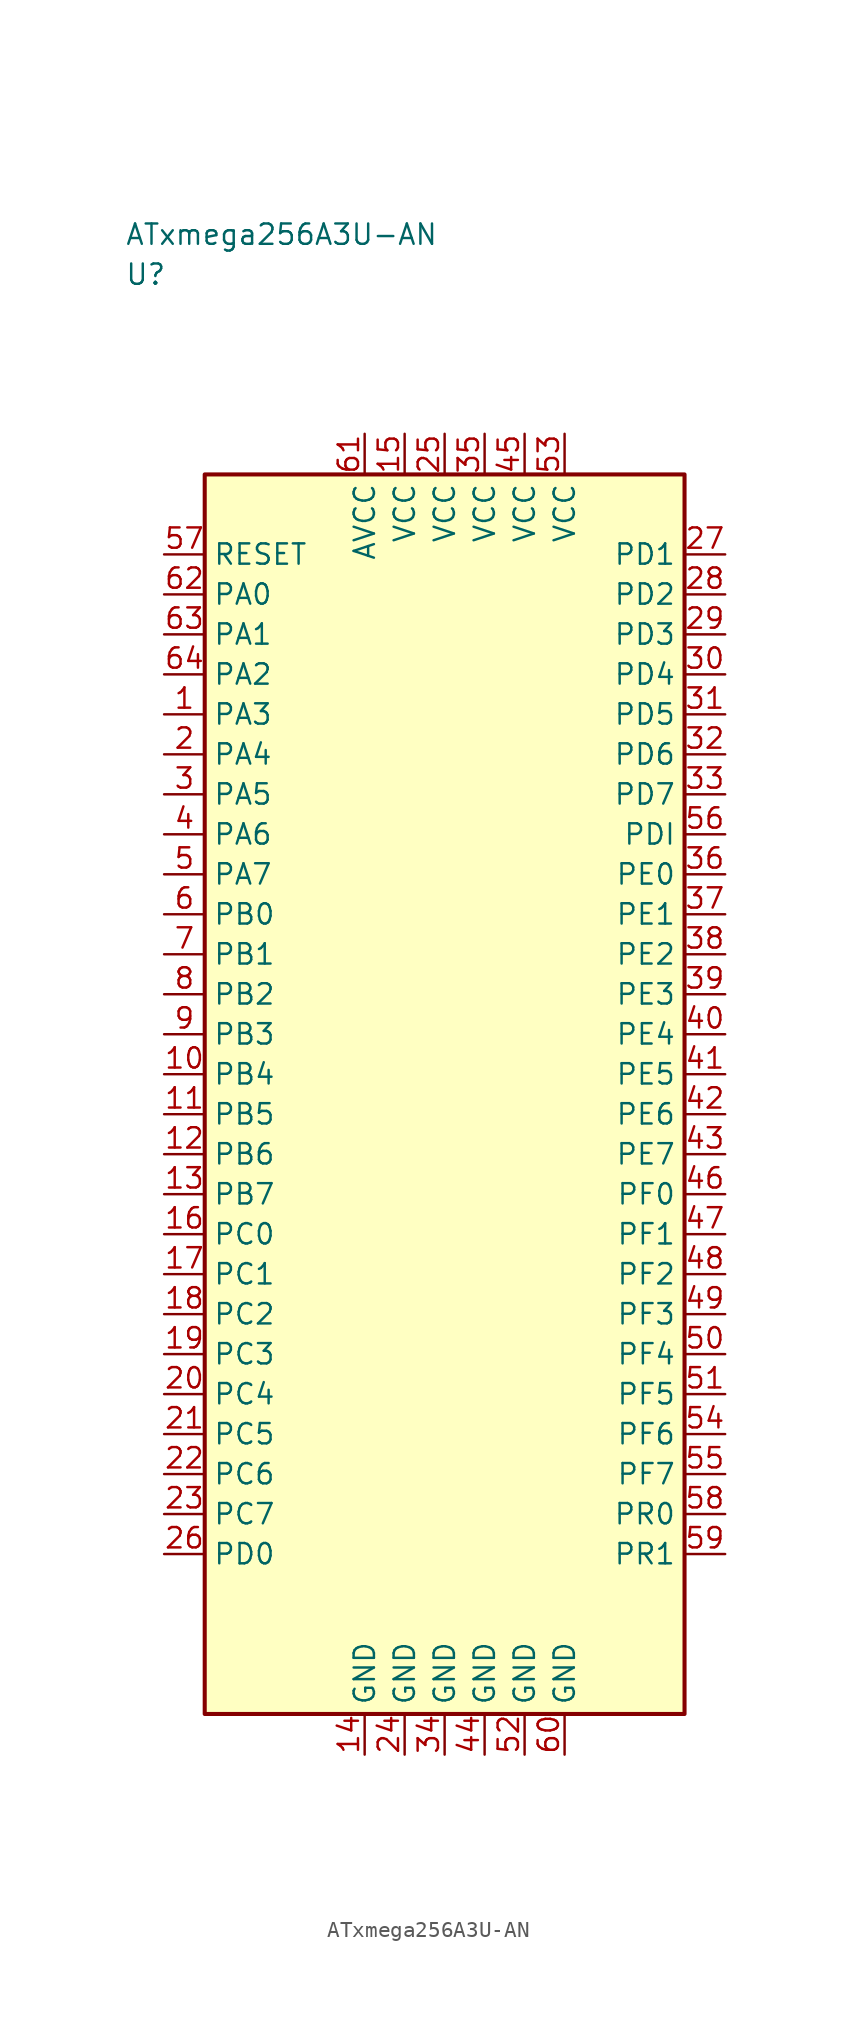
<source format=kicad_sym>
(kicad_symbol_lib
  (version 20241025)
  (generator "kicad_symbol_editor")
  (generator_version "8.0")
  (symbol "ATxmega256A3U-AN"
    (property "Reference" "U"
      (at -20.0 51.25 0)
      (effects (font (size 1.27 1.27)) (justify left)))
    (property "Value" "ATxmega256A3U-AN"
      (at -20.0 53.75 0)
      (effects (font (size 1.27 1.27)) (justify left)))
    (symbol "ATxmega256A3U-AN_0_1"
      (rectangle (start -15.0 38.75) (end 15.0 -38.75) (stroke (width 0.254) (type default)) (fill (type background))))
    (symbol "ATxmega256A3U-AN_1_1"
      (pin bidirectional line (at -17.54 23.75 0.0) (length 2.54) (name "PA3" (effects (font (size 1.27 1.27)))) (number "1" (effects (font (size 1.27 1.27)))))
      (pin bidirectional line (at -17.54 21.25 0.0) (length 2.54) (name "PA4" (effects (font (size 1.27 1.27)))) (number "2" (effects (font (size 1.27 1.27)))))
      (pin bidirectional line (at -17.54 18.75 0.0) (length 2.54) (name "PA5" (effects (font (size 1.27 1.27)))) (number "3" (effects (font (size 1.27 1.27)))))
      (pin bidirectional line (at -17.54 16.25 0.0) (length 2.54) (name "PA6" (effects (font (size 1.27 1.27)))) (number "4" (effects (font (size 1.27 1.27)))))
      (pin bidirectional line (at -17.54 13.75 0.0) (length 2.54) (name "PA7" (effects (font (size 1.27 1.27)))) (number "5" (effects (font (size 1.27 1.27)))))
      (pin bidirectional line (at -17.54 11.25 0.0) (length 2.54) (name "PB0" (effects (font (size 1.27 1.27)))) (number "6" (effects (font (size 1.27 1.27)))))
      (pin bidirectional line (at -17.54 8.75 0.0) (length 2.54) (name "PB1" (effects (font (size 1.27 1.27)))) (number "7" (effects (font (size 1.27 1.27)))))
      (pin bidirectional line (at -17.54 6.25 0.0) (length 2.54) (name "PB2" (effects (font (size 1.27 1.27)))) (number "8" (effects (font (size 1.27 1.27)))))
      (pin bidirectional line (at -17.54 3.75 0.0) (length 2.54) (name "PB3" (effects (font (size 1.27 1.27)))) (number "9" (effects (font (size 1.27 1.27)))))
      (pin bidirectional line (at -17.54 1.25 0.0) (length 2.54) (name "PB4" (effects (font (size 1.27 1.27)))) (number "10" (effects (font (size 1.27 1.27)))))
      (pin bidirectional line (at -17.54 -1.25 0.0) (length 2.54) (name "PB5" (effects (font (size 1.27 1.27)))) (number "11" (effects (font (size 1.27 1.27)))))
      (pin bidirectional line (at -17.54 -3.75 0.0) (length 2.54) (name "PB6" (effects (font (size 1.27 1.27)))) (number "12" (effects (font (size 1.27 1.27)))))
      (pin bidirectional line (at -17.54 -6.25 0.0) (length 2.54) (name "PB7" (effects (font (size 1.27 1.27)))) (number "13" (effects (font (size 1.27 1.27)))))
      (pin passive line (at -5.0 -41.29 90.0) (length 2.54) (name "GND" (effects (font (size 1.27 1.27)))) (number "14" (effects (font (size 1.27 1.27)))))
      (pin power_in line (at -2.5 41.29 270.0) (length 2.54) (name "VCC" (effects (font (size 1.27 1.27)))) (number "15" (effects (font (size 1.27 1.27)))))
      (pin bidirectional line (at -17.54 -8.75 0.0) (length 2.54) (name "PC0" (effects (font (size 1.27 1.27)))) (number "16" (effects (font (size 1.27 1.27)))))
      (pin bidirectional line (at -17.54 -11.25 0.0) (length 2.54) (name "PC1" (effects (font (size 1.27 1.27)))) (number "17" (effects (font (size 1.27 1.27)))))
      (pin bidirectional line (at -17.54 -13.75 0.0) (length 2.54) (name "PC2" (effects (font (size 1.27 1.27)))) (number "18" (effects (font (size 1.27 1.27)))))
      (pin bidirectional line (at -17.54 -16.25 0.0) (length 2.54) (name "PC3" (effects (font (size 1.27 1.27)))) (number "19" (effects (font (size 1.27 1.27)))))
      (pin bidirectional line (at -17.54 -18.75 0.0) (length 2.54) (name "PC4" (effects (font (size 1.27 1.27)))) (number "20" (effects (font (size 1.27 1.27)))))
      (pin bidirectional line (at -17.54 -21.25 0.0) (length 2.54) (name "PC5" (effects (font (size 1.27 1.27)))) (number "21" (effects (font (size 1.27 1.27)))))
      (pin bidirectional line (at -17.54 -23.75 0.0) (length 2.54) (name "PC6" (effects (font (size 1.27 1.27)))) (number "22" (effects (font (size 1.27 1.27)))))
      (pin bidirectional line (at -17.54 -26.25 0.0) (length 2.54) (name "PC7" (effects (font (size 1.27 1.27)))) (number "23" (effects (font (size 1.27 1.27)))))
      (pin passive line (at -2.5 -41.29 90.0) (length 2.54) (name "GND" (effects (font (size 1.27 1.27)))) (number "24" (effects (font (size 1.27 1.27)))))
      (pin power_in line (at 0.0 41.29 270.0) (length 2.54) (name "VCC" (effects (font (size 1.27 1.27)))) (number "25" (effects (font (size 1.27 1.27)))))
      (pin bidirectional line (at -17.54 -28.75 0.0) (length 2.54) (name "PD0" (effects (font (size 1.27 1.27)))) (number "26" (effects (font (size 1.27 1.27)))))
      (pin bidirectional line (at 17.54 33.75 180.0) (length 2.54) (name "PD1" (effects (font (size 1.27 1.27)))) (number "27" (effects (font (size 1.27 1.27)))))
      (pin bidirectional line (at 17.54 31.25 180.0) (length 2.54) (name "PD2" (effects (font (size 1.27 1.27)))) (number "28" (effects (font (size 1.27 1.27)))))
      (pin bidirectional line (at 17.54 28.75 180.0) (length 2.54) (name "PD3" (effects (font (size 1.27 1.27)))) (number "29" (effects (font (size 1.27 1.27)))))
      (pin bidirectional line (at 17.54 26.25 180.0) (length 2.54) (name "PD4" (effects (font (size 1.27 1.27)))) (number "30" (effects (font (size 1.27 1.27)))))
      (pin bidirectional line (at 17.54 23.75 180.0) (length 2.54) (name "PD5" (effects (font (size 1.27 1.27)))) (number "31" (effects (font (size 1.27 1.27)))))
      (pin bidirectional line (at 17.54 21.25 180.0) (length 2.54) (name "PD6" (effects (font (size 1.27 1.27)))) (number "32" (effects (font (size 1.27 1.27)))))
      (pin bidirectional line (at 17.54 18.75 180.0) (length 2.54) (name "PD7" (effects (font (size 1.27 1.27)))) (number "33" (effects (font (size 1.27 1.27)))))
      (pin passive line (at 0.0 -41.29 90.0) (length 2.54) (name "GND" (effects (font (size 1.27 1.27)))) (number "34" (effects (font (size 1.27 1.27)))))
      (pin power_in line (at 2.5 41.29 270.0) (length 2.54) (name "VCC" (effects (font (size 1.27 1.27)))) (number "35" (effects (font (size 1.27 1.27)))))
      (pin bidirectional line (at 17.54 13.75 180.0) (length 2.54) (name "PE0" (effects (font (size 1.27 1.27)))) (number "36" (effects (font (size 1.27 1.27)))))
      (pin bidirectional line (at 17.54 11.25 180.0) (length 2.54) (name "PE1" (effects (font (size 1.27 1.27)))) (number "37" (effects (font (size 1.27 1.27)))))
      (pin bidirectional line (at 17.54 8.75 180.0) (length 2.54) (name "PE2" (effects (font (size 1.27 1.27)))) (number "38" (effects (font (size 1.27 1.27)))))
      (pin bidirectional line (at 17.54 6.25 180.0) (length 2.54) (name "PE3" (effects (font (size 1.27 1.27)))) (number "39" (effects (font (size 1.27 1.27)))))
      (pin bidirectional line (at 17.54 3.75 180.0) (length 2.54) (name "PE4" (effects (font (size 1.27 1.27)))) (number "40" (effects (font (size 1.27 1.27)))))
      (pin bidirectional line (at 17.54 1.25 180.0) (length 2.54) (name "PE5" (effects (font (size 1.27 1.27)))) (number "41" (effects (font (size 1.27 1.27)))))
      (pin bidirectional line (at 17.54 -1.25 180.0) (length 2.54) (name "PE6" (effects (font (size 1.27 1.27)))) (number "42" (effects (font (size 1.27 1.27)))))
      (pin bidirectional line (at 17.54 -3.75 180.0) (length 2.54) (name "PE7" (effects (font (size 1.27 1.27)))) (number "43" (effects (font (size 1.27 1.27)))))
      (pin passive line (at 2.5 -41.29 90.0) (length 2.54) (name "GND" (effects (font (size 1.27 1.27)))) (number "44" (effects (font (size 1.27 1.27)))))
      (pin power_in line (at 5.0 41.29 270.0) (length 2.54) (name "VCC" (effects (font (size 1.27 1.27)))) (number "45" (effects (font (size 1.27 1.27)))))
      (pin bidirectional line (at 17.54 -6.25 180.0) (length 2.54) (name "PF0" (effects (font (size 1.27 1.27)))) (number "46" (effects (font (size 1.27 1.27)))))
      (pin bidirectional line (at 17.54 -8.75 180.0) (length 2.54) (name "PF1" (effects (font (size 1.27 1.27)))) (number "47" (effects (font (size 1.27 1.27)))))
      (pin bidirectional line (at 17.54 -11.25 180.0) (length 2.54) (name "PF2" (effects (font (size 1.27 1.27)))) (number "48" (effects (font (size 1.27 1.27)))))
      (pin bidirectional line (at 17.54 -13.75 180.0) (length 2.54) (name "PF3" (effects (font (size 1.27 1.27)))) (number "49" (effects (font (size 1.27 1.27)))))
      (pin bidirectional line (at 17.54 -16.25 180.0) (length 2.54) (name "PF4" (effects (font (size 1.27 1.27)))) (number "50" (effects (font (size 1.27 1.27)))))
      (pin bidirectional line (at 17.54 -18.75 180.0) (length 2.54) (name "PF5" (effects (font (size 1.27 1.27)))) (number "51" (effects (font (size 1.27 1.27)))))
      (pin passive line (at 5.0 -41.29 90.0) (length 2.54) (name "GND" (effects (font (size 1.27 1.27)))) (number "52" (effects (font (size 1.27 1.27)))))
      (pin power_in line (at 7.5 41.29 270.0) (length 2.54) (name "VCC" (effects (font (size 1.27 1.27)))) (number "53" (effects (font (size 1.27 1.27)))))
      (pin bidirectional line (at 17.54 -21.25 180.0) (length 2.54) (name "PF6" (effects (font (size 1.27 1.27)))) (number "54" (effects (font (size 1.27 1.27)))))
      (pin bidirectional line (at 17.54 -23.75 180.0) (length 2.54) (name "PF7" (effects (font (size 1.27 1.27)))) (number "55" (effects (font (size 1.27 1.27)))))
      (pin bidirectional line (at 17.54 16.25 180.0) (length 2.54) (name "PDI" (effects (font (size 1.27 1.27)))) (number "56" (effects (font (size 1.27 1.27)))))
      (pin input line (at -17.54 33.75 0.0) (length 2.54) (name "RESET" (effects (font (size 1.27 1.27)))) (number "57" (effects (font (size 1.27 1.27)))))
      (pin bidirectional line (at 17.54 -26.25 180.0) (length 2.54) (name "PR0" (effects (font (size 1.27 1.27)))) (number "58" (effects (font (size 1.27 1.27)))))
      (pin bidirectional line (at 17.54 -28.75 180.0) (length 2.54) (name "PR1" (effects (font (size 1.27 1.27)))) (number "59" (effects (font (size 1.27 1.27)))))
      (pin passive line (at 7.5 -41.29 90.0) (length 2.54) (name "GND" (effects (font (size 1.27 1.27)))) (number "60" (effects (font (size 1.27 1.27)))))
      (pin power_in line (at -5.0 41.29 270.0) (length 2.54) (name "AVCC" (effects (font (size 1.27 1.27)))) (number "61" (effects (font (size 1.27 1.27)))))
      (pin bidirectional line (at -17.54 31.25 0.0) (length 2.54) (name "PA0" (effects (font (size 1.27 1.27)))) (number "62" (effects (font (size 1.27 1.27)))))
      (pin bidirectional line (at -17.54 28.75 0.0) (length 2.54) (name "PA1" (effects (font (size 1.27 1.27)))) (number "63" (effects (font (size 1.27 1.27)))))
      (pin bidirectional line (at -17.54 26.25 0.0) (length 2.54) (name "PA2" (effects (font (size 1.27 1.27)))) (number "64" (effects (font (size 1.27 1.27))))))))
</source>
